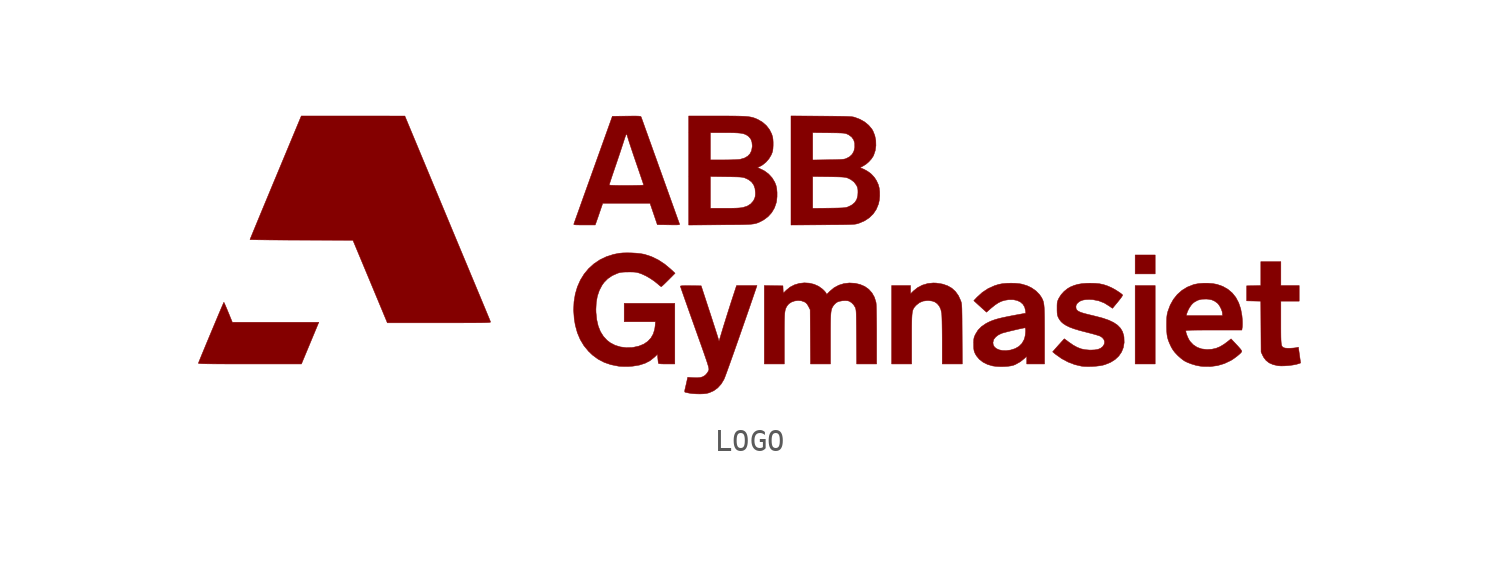
<source format=kicad_sym>
(kicad_symbol_lib
  (version 20210619)
  (generator bitmap2component)
  (symbol "LOGO"
    (pin_names
      (offset 1.016))
    (property "Reference" "#G"
      (at 0 5.615 0)
      (effects (font (size 1.27 1.27)) hide))
    (symbol "LOGO_0_0"
      (polyline (pts (xy -2.057 -6.241) (xy -1.922 -6.225) (xy -1.804 -6.195) (xy -1.601 -6.106) (xy -1.42 -5.974) (xy -1.265 -5.802) (xy -1.139 -5.593) (xy -1.136 -5.586) (xy -1.111 -5.526) (xy -1.071 -5.422) (xy -1.018 -5.279) (xy -0.953 -5.098) (xy -0.875 -4.883) (xy -0.788 -4.638) (xy -0.691 -4.365) (xy -0.587 -4.068) (xy -0.475 -3.75) (xy -0.358 -3.414) (xy -0.236 -3.064) (xy -0.11 -2.703) (xy 0.018 -2.333) (xy 0.147 -1.958) (xy 0.276 -1.581) (xy 0.347 -1.375) (xy -0.573 -1.375) (xy -0.796 -2.056) (xy -0.838 -2.186) (xy -0.911 -2.416) (xy -0.988 -2.658) (xy -1.063 -2.898) (xy -1.132 -3.119) (xy -1.19 -3.308) (xy -1.361 -3.879) (xy -1.419 -3.683) (xy -1.429 -3.652) (xy -1.457 -3.562) (xy -1.498 -3.435) (xy -1.549 -3.275) (xy -1.609 -3.09) (xy -1.675 -2.884) (xy -1.746 -2.665) (xy -1.821 -2.438) (xy -2.164 -1.387) (xy -2.632 -1.381) (xy -2.759 -1.379) (xy -2.912 -1.38) (xy -3.018 -1.384) (xy -3.08 -1.391) (xy -3.1 -1.401) (xy -3.1 -1.403) (xy -3.088 -1.441) (xy -3.061 -1.521) (xy -3.02 -1.64) (xy -2.966 -1.794) (xy -2.901 -1.98) (xy -2.825 -2.194) (xy -2.741 -2.433) (xy -2.649 -2.692) (xy -2.551 -2.968) (xy -2.448 -3.257) (xy -2.365 -3.49) (xy -2.256 -3.797) (xy -2.161 -4.062) (xy -2.081 -4.29) (xy -2.014 -4.482) (xy -1.959 -4.642) (xy -1.914 -4.773) (xy -1.88 -4.879) (xy -1.854 -4.963) (xy -1.836 -5.028) (xy -1.824 -5.077) (xy -1.819 -5.114) (xy -1.817 -5.141) (xy -1.82 -5.163) (xy -1.824 -5.182) (xy -1.838 -5.216) (xy -1.885 -5.297) (xy -1.947 -5.372) (xy -2.004 -5.423) (xy -2.097 -5.477) (xy -2.208 -5.509) (xy -2.347 -5.521) (xy -2.524 -5.516) (xy -2.77 -5.5) (xy -2.812 -5.694) (xy -2.812 -5.695) (xy -2.838 -5.81) (xy -2.865 -5.926) (xy -2.887 -6.019) (xy -2.896 -6.055) (xy -2.906 -6.131) (xy -2.896 -6.165) (xy -2.894 -6.166) (xy -2.856 -6.178) (xy -2.783 -6.195) (xy -2.692 -6.213) (xy -2.571 -6.23) (xy -2.399 -6.243) (xy -2.222 -6.247) (xy -2.057 -6.241)) (stroke (width 0.01)) (fill (type outline)))
      (polyline (pts (xy -5.425 -5.012) (xy -5.232 -4.998) (xy -4.942 -4.95) (xy -4.686 -4.868) (xy -4.463 -4.752) (xy -4.272 -4.6) (xy -4.128 -4.463) (xy -4.112 -4.65) (xy -4.111 -4.662) (xy -4.102 -4.756) (xy -4.093 -4.83) (xy -4.087 -4.869) (xy -4.08 -4.876) (xy -4.045 -4.887) (xy -3.976 -4.895) (xy -3.867 -4.899) (xy -3.713 -4.9) (xy -3.35 -4.9) (xy -3.35 -2.175) (xy -5.625 -2.175) (xy -5.625 -3) (xy -4.218 -3) (xy -4.232 -3.181) (xy -4.253 -3.336) (xy -4.318 -3.55) (xy -4.423 -3.734) (xy -4.567 -3.888) (xy -4.748 -4.009) (xy -4.967 -4.098) (xy -5.221 -4.153) (xy -5.276 -4.16) (xy -5.537 -4.167) (xy -5.791 -4.134) (xy -6.029 -4.063) (xy -6.239 -3.955) (xy -6.392 -3.84) (xy -6.56 -3.659) (xy -6.694 -3.445) (xy -6.794 -3.195) (xy -6.86 -2.908) (xy -6.893 -2.585) (xy -6.897 -2.444) (xy -6.881 -2.132) (xy -6.831 -1.849) (xy -6.744 -1.593) (xy -6.62 -1.357) (xy -6.531 -1.233) (xy -6.364 -1.064) (xy -6.163 -0.928) (xy -5.924 -0.822) (xy -5.849 -0.798) (xy -5.773 -0.782) (xy -5.685 -0.772) (xy -5.574 -0.766) (xy -5.425 -0.765) (xy -5.314 -0.765) (xy -5.202 -0.767) (xy -5.115 -0.774) (xy -5.041 -0.787) (xy -4.965 -0.808) (xy -4.873 -0.84) (xy -4.828 -0.857) (xy -4.646 -0.941) (xy -4.455 -1.052) (xy -4.27 -1.177) (xy -4.109 -1.308) (xy -4.107 -1.31) (xy -4.04 -1.368) (xy -3.987 -1.409) (xy -3.958 -1.425) (xy -3.943 -1.415) (xy -3.896 -1.374) (xy -3.825 -1.308) (xy -3.737 -1.222) (xy -3.637 -1.123) (xy -3.337 -0.821) (xy -3.533 -0.638) (xy -3.802 -0.413) (xy -4.093 -0.222) (xy -4.396 -0.075) (xy -4.703 0.026) (xy -4.726 0.032) (xy -4.887 0.06) (xy -5.079 0.081) (xy -5.287 0.093) (xy -5.496 0.097) (xy -5.689 0.092) (xy -5.853 0.076) (xy -6.099 0.028) (xy -6.423 -0.075) (xy -6.718 -0.217) (xy -6.985 -0.396) (xy -7.222 -0.61) (xy -7.425 -0.855) (xy -7.595 -1.13) (xy -7.729 -1.433) (xy -7.825 -1.759) (xy -7.882 -2.108) (xy -7.899 -2.477) (xy -7.872 -2.862) (xy -7.824 -3.155) (xy -7.731 -3.494) (xy -7.601 -3.801) (xy -7.434 -4.079) (xy -7.227 -4.331) (xy -7.047 -4.502) (xy -6.796 -4.686) (xy -6.522 -4.829) (xy -6.221 -4.932) (xy -5.888 -4.998) (xy -5.825 -5.005) (xy -5.702 -5.011) (xy -5.562 -5.014) (xy -5.425 -5.012)) (stroke (width 0.01)) (fill (type outline)))
      (polyline (pts (xy 11.449 -5.017) (xy 11.62 -5.006) (xy 11.769 -4.985) (xy 11.884 -4.956) (xy 11.967 -4.922) (xy 12.184 -4.801) (xy 12.374 -4.648) (xy 12.475 -4.55) (xy 12.475 -4.9) (xy 13.275 -4.9) (xy 13.275 -3.605) (xy 13.275 -3.319) (xy 13.274 -3.054) (xy 13.273 -2.829) (xy 13.27 -2.642) (xy 13.265 -2.487) (xy 13.259 -2.36) (xy 13.249 -2.256) (xy 13.237 -2.172) (xy 13.222 -2.102) (xy 13.202 -2.042) (xy 13.179 -1.988) (xy 13.151 -1.935) (xy 13.118 -1.879) (xy 13.043 -1.772) (xy 12.89 -1.616) (xy 12.701 -1.484) (xy 12.485 -1.379) (xy 12.25 -1.309) (xy 12.163 -1.294) (xy 11.974 -1.274) (xy 11.769 -1.268) (xy 11.562 -1.274) (xy 11.371 -1.292) (xy 11.213 -1.323) (xy 11.022 -1.383) (xy 10.736 -1.512) (xy 10.477 -1.683) (xy 10.241 -1.898) (xy 10.094 -2.053) (xy 10.278 -2.222) (xy 10.319 -2.259) (xy 10.413 -2.345) (xy 10.5 -2.424) (xy 10.565 -2.482) (xy 10.666 -2.573) (xy 10.832 -2.426) (xy 10.89 -2.376) (xy 11.053 -2.245) (xy 11.201 -2.148) (xy 11.343 -2.08) (xy 11.491 -2.036) (xy 11.653 -2.011) (xy 11.668 -2.009) (xy 11.868 -2.009) (xy 12.044 -2.045) (xy 12.191 -2.114) (xy 12.304 -2.215) (xy 12.382 -2.345) (xy 12.419 -2.502) (xy 12.431 -2.617) (xy 12.121 -2.674) (xy 12.035 -2.689) (xy 11.775 -2.738) (xy 11.556 -2.782) (xy 11.372 -2.821) (xy 11.218 -2.858) (xy 11.087 -2.894) (xy 10.973 -2.932) (xy 10.87 -2.971) (xy 10.772 -3.015) (xy 10.672 -3.066) (xy 10.643 -3.081) (xy 10.443 -3.217) (xy 10.284 -3.379) (xy 10.168 -3.568) (xy 10.157 -3.59) (xy 10.125 -3.664) (xy 10.104 -3.729) (xy 10.093 -3.798) (xy 10.088 -3.888) (xy 10.088 -3.939) (xy 10.954 -3.939) (xy 10.984 -3.817) (xy 11 -3.784) (xy 11.081 -3.684) (xy 11.198 -3.595) (xy 11.342 -3.525) (xy 11.391 -3.509) (xy 11.482 -3.484) (xy 11.6 -3.453) (xy 11.736 -3.419) (xy 11.881 -3.385) (xy 12.024 -3.351) (xy 12.158 -3.321) (xy 12.271 -3.297) (xy 12.355 -3.281) (xy 12.4 -3.275) (xy 12.413 -3.288) (xy 12.422 -3.34) (xy 12.424 -3.42) (xy 12.418 -3.517) (xy 12.406 -3.618) (xy 12.386 -3.712) (xy 12.351 -3.818) (xy 12.258 -3.979) (xy 12.126 -4.109) (xy 11.957 -4.208) (xy 11.755 -4.272) (xy 11.747 -4.274) (xy 11.558 -4.299) (xy 11.386 -4.296) (xy 11.238 -4.266) (xy 11.116 -4.213) (xy 11.025 -4.139) (xy 10.97 -4.047) (xy 10.954 -3.939) (xy 10.088 -3.939) (xy 10.088 -4.013) (xy 10.089 -4.13) (xy 10.094 -4.224) (xy 10.105 -4.296) (xy 10.124 -4.36) (xy 10.154 -4.43) (xy 10.211 -4.531) (xy 10.341 -4.688) (xy 10.509 -4.819) (xy 10.71 -4.92) (xy 10.938 -4.987) (xy 10.953 -4.99) (xy 11.102 -5.009) (xy 11.272 -5.018) (xy 11.449 -5.017)) (stroke (width 0.01)) (fill (type outline)))
      (polyline (pts (xy 15.415 -5.012) (xy 15.601 -4.999) (xy 15.77 -4.979) (xy 15.905 -4.953) (xy 16.004 -4.924) (xy 16.246 -4.826) (xy 16.449 -4.698) (xy 16.613 -4.543) (xy 16.737 -4.363) (xy 16.818 -4.16) (xy 16.855 -3.935) (xy 16.847 -3.692) (xy 16.835 -3.62) (xy 16.78 -3.444) (xy 16.688 -3.29) (xy 16.556 -3.155) (xy 16.382 -3.037) (xy 16.164 -2.933) (xy 15.9 -2.842) (xy 15.87 -2.833) (xy 15.754 -2.802) (xy 15.61 -2.765) (xy 15.454 -2.726) (xy 15.3 -2.689) (xy 15.217 -2.669) (xy 15.044 -2.624) (xy 14.914 -2.583) (xy 14.819 -2.542) (xy 14.753 -2.5) (xy 14.713 -2.452) (xy 14.69 -2.397) (xy 14.686 -2.289) (xy 14.73 -2.192) (xy 14.822 -2.107) (xy 14.895 -2.065) (xy 15 -2.027) (xy 15.127 -2.006) (xy 15.288 -2) (xy 15.446 -2.008) (xy 15.712 -2.06) (xy 15.963 -2.159) (xy 16.195 -2.303) (xy 16.196 -2.304) (xy 16.264 -2.353) (xy 16.313 -2.386) (xy 16.334 -2.396) (xy 16.338 -2.391) (xy 16.367 -2.356) (xy 16.419 -2.292) (xy 16.489 -2.207) (xy 16.572 -2.107) (xy 16.607 -2.063) (xy 16.683 -1.966) (xy 16.742 -1.886) (xy 16.778 -1.828) (xy 16.788 -1.801) (xy 16.786 -1.798) (xy 16.746 -1.759) (xy 16.674 -1.704) (xy 16.579 -1.64) (xy 16.474 -1.574) (xy 16.368 -1.513) (xy 16.273 -1.464) (xy 16.096 -1.387) (xy 15.924 -1.331) (xy 15.748 -1.294) (xy 15.553 -1.275) (xy 15.325 -1.269) (xy 15.173 -1.272) (xy 14.961 -1.288) (xy 14.776 -1.319) (xy 14.606 -1.368) (xy 14.438 -1.438) (xy 14.313 -1.51) (xy 14.156 -1.636) (xy 14.02 -1.786) (xy 13.919 -1.946) (xy 13.899 -1.987) (xy 13.87 -2.053) (xy 13.852 -2.114) (xy 13.842 -2.182) (xy 13.838 -2.273) (xy 13.838 -2.4) (xy 13.838 -2.487) (xy 13.842 -2.597) (xy 13.851 -2.678) (xy 13.867 -2.743) (xy 13.891 -2.804) (xy 13.946 -2.903) (xy 14.024 -3.003) (xy 14.125 -3.092) (xy 14.254 -3.173) (xy 14.413 -3.249) (xy 14.609 -3.321) (xy 14.846 -3.393) (xy 15.128 -3.466) (xy 15.201 -3.485) (xy 15.363 -3.526) (xy 15.51 -3.566) (xy 15.633 -3.602) (xy 15.725 -3.631) (xy 15.776 -3.651) (xy 15.87 -3.712) (xy 15.945 -3.803) (xy 15.976 -3.903) (xy 15.961 -4.008) (xy 15.899 -4.109) (xy 15.882 -4.128) (xy 15.794 -4.196) (xy 15.681 -4.241) (xy 15.536 -4.267) (xy 15.352 -4.275) (xy 15.292 -4.274) (xy 15.095 -4.258) (xy 14.915 -4.219) (xy 14.743 -4.152) (xy 14.564 -4.054) (xy 14.369 -3.919) (xy 14.164 -3.767) (xy 14.018 -3.927) (xy 14.01 -3.936) (xy 13.922 -4.033) (xy 13.831 -4.135) (xy 13.755 -4.221) (xy 13.639 -4.355) (xy 13.726 -4.428) (xy 13.767 -4.462) (xy 14.038 -4.655) (xy 14.33 -4.812) (xy 14.633 -4.928) (xy 14.938 -4.999) (xy 15.062 -5.011) (xy 15.23 -5.016) (xy 15.415 -5.012)) (stroke (width 0.01)) (fill (type outline)))
      (polyline (pts (xy 21.058 -4.972) (xy 21.36 -4.882) (xy 21.65 -4.745) (xy 21.726 -4.699) (xy 21.828 -4.628) (xy 21.93 -4.551) (xy 22.022 -4.475) (xy 22.093 -4.409) (xy 22.132 -4.361) (xy 22.136 -4.354) (xy 22.14 -4.329) (xy 22.131 -4.298) (xy 22.104 -4.255) (xy 22.053 -4.193) (xy 21.977 -4.107) (xy 21.869 -3.991) (xy 21.662 -3.771) (xy 21.503 -3.898) (xy 21.351 -4.011) (xy 21.167 -4.122) (xy 20.988 -4.196) (xy 20.802 -4.237) (xy 20.599 -4.25) (xy 20.558 -4.249) (xy 20.334 -4.222) (xy 20.137 -4.152) (xy 19.965 -4.04) (xy 19.818 -3.885) (xy 19.767 -3.805) (xy 19.715 -3.7) (xy 19.669 -3.588) (xy 19.637 -3.486) (xy 19.625 -3.41) (xy 19.625 -3.408) (xy 19.634 -3.401) (xy 19.659 -3.394) (xy 19.703 -3.389) (xy 19.771 -3.385) (xy 19.867 -3.381) (xy 19.993 -3.379) (xy 20.155 -3.377) (xy 20.355 -3.376) (xy 20.597 -3.375) (xy 20.886 -3.375) (xy 22.147 -3.375) (xy 22.164 -3.258) (xy 22.168 -3.231) (xy 22.172 -3.137) (xy 22.172 -3.021) (xy 22.167 -2.9) (xy 22.152 -2.731) (xy 22.096 -2.423) (xy 22.004 -2.15) (xy 21.878 -1.912) (xy 21.717 -1.71) (xy 21.522 -1.544) (xy 21.294 -1.414) (xy 21.033 -1.322) (xy 21.029 -1.321) (xy 20.844 -1.287) (xy 20.631 -1.27) (xy 20.411 -1.27) (xy 20.2 -1.287) (xy 20.017 -1.321) (xy 19.957 -1.339) (xy 19.691 -1.445) (xy 19.453 -1.592) (xy 19.244 -1.777) (xy 19.068 -1.998) (xy 18.926 -2.253) (xy 18.82 -2.539) (xy 18.805 -2.595) (xy 18.787 -2.676) (xy 18.78 -2.725) (xy 19.649 -2.725) (xy 19.664 -2.656) (xy 19.667 -2.643) (xy 19.71 -2.523) (xy 19.776 -2.393) (xy 19.854 -2.273) (xy 19.933 -2.182) (xy 20.007 -2.121) (xy 20.164 -2.034) (xy 20.343 -1.988) (xy 20.55 -1.981) (xy 20.66 -1.99) (xy 20.803 -2.02) (xy 20.925 -2.076) (xy 21.045 -2.162) (xy 21.094 -2.214) (xy 21.16 -2.311) (xy 21.218 -2.425) (xy 21.259 -2.536) (xy 21.275 -2.629) (xy 21.275 -2.725) (xy 19.649 -2.725) (xy 18.78 -2.725) (xy 18.775 -2.76) (xy 18.768 -2.859) (xy 18.764 -2.986) (xy 18.763 -3.15) (xy 18.763 -3.234) (xy 18.768 -3.419) (xy 18.78 -3.571) (xy 18.802 -3.703) (xy 18.837 -3.826) (xy 18.887 -3.955) (xy 18.954 -4.1) (xy 18.983 -4.158) (xy 19.054 -4.276) (xy 19.137 -4.384) (xy 19.248 -4.502) (xy 19.299 -4.551) (xy 19.4 -4.64) (xy 19.497 -4.716) (xy 19.575 -4.769) (xy 19.695 -4.829) (xy 19.884 -4.902) (xy 20.082 -4.961) (xy 20.267 -4.997) (xy 20.408 -5.011) (xy 20.741 -5.015) (xy 21.058 -4.972)) (stroke (width 0.01)) (fill (type outline)))
      (polyline (pts (xy 24.081 -4.984) (xy 24.262 -4.97) (xy 24.441 -4.947) (xy 24.601 -4.916) (xy 24.726 -4.879) (xy 24.789 -4.855) (xy 24.739 -4.501) (xy 24.689 -4.146) (xy 24.625 -4.161) (xy 24.558 -4.174) (xy 24.446 -4.186) (xy 24.324 -4.193) (xy 24.208 -4.194) (xy 24.111 -4.188) (xy 24.05 -4.175) (xy 24.042 -4.172) (xy 24.007 -4.155) (xy 23.979 -4.136) (xy 23.955 -4.108) (xy 23.937 -4.068) (xy 23.924 -4.01) (xy 23.914 -3.931) (xy 23.907 -3.824) (xy 23.903 -3.687) (xy 23.901 -3.513) (xy 23.9 -3.298) (xy 23.9 -3.039) (xy 23.9 -2.075) (xy 24.725 -2.075) (xy 24.725 -1.375) (xy 23.9 -1.375) (xy 23.9 -0.3) (xy 23 -0.3) (xy 23 -1.373) (xy 22.681 -1.381) (xy 22.363 -1.387) (xy 22.363 -2.062) (xy 22.68 -2.069) (xy 22.998 -2.076) (xy 23.005 -3.219) (xy 23.012 -4.362) (xy 23.085 -4.52) (xy 23.13 -4.606) (xy 23.238 -4.745) (xy 23.375 -4.851) (xy 23.548 -4.927) (xy 23.76 -4.976) (xy 23.775 -4.979) (xy 23.914 -4.988) (xy 24.081 -4.984)) (stroke (width 0.01)) (fill (type outline)))
      (polyline (pts (xy -19.356 -3.025) (xy -23.245 -3.025) (xy -23.429 -2.575) (xy -23.436 -2.559) (xy -23.492 -2.422) (xy -23.543 -2.303) (xy -23.584 -2.209) (xy -23.612 -2.148) (xy -23.625 -2.126) (xy -23.63 -2.135) (xy -23.652 -2.184) (xy -23.69 -2.271) (xy -23.742 -2.391) (xy -23.805 -2.54) (xy -23.878 -2.712) (xy -23.958 -2.903) (xy -24.044 -3.108) (xy -24.134 -3.322) (xy -24.225 -3.539) (xy -24.315 -3.756) (xy -24.403 -3.966) (xy -24.486 -4.167) (xy -24.562 -4.351) (xy -24.63 -4.514) (xy -24.686 -4.653) (xy -24.73 -4.761) (xy -24.759 -4.833) (xy -24.771 -4.866) (xy -24.769 -4.87) (xy -24.753 -4.875) (xy -24.721 -4.88) (xy -24.669 -4.884) (xy -24.595 -4.888) (xy -24.495 -4.891) (xy -24.367 -4.893) (xy -24.209 -4.895) (xy -24.017 -4.897) (xy -23.788 -4.898) (xy -23.521 -4.899) (xy -23.212 -4.899) (xy -22.859 -4.9) (xy -22.458 -4.9) (xy -20.137 -4.9) (xy -19.356 -3.025)) (stroke (width 0.01)) (fill (type outline)))
      (polyline (pts (xy 1.575 -3.754) (xy 1.575 -3.469) (xy 1.576 -3.228) (xy 1.578 -3.028) (xy 1.581 -2.864) (xy 1.586 -2.73) (xy 1.593 -2.623) (xy 1.604 -2.538) (xy 1.617 -2.469) (xy 1.635 -2.413) (xy 1.656 -2.365) (xy 1.682 -2.318) (xy 1.712 -2.271) (xy 1.779 -2.195) (xy 1.897 -2.117) (xy 2.038 -2.067) (xy 2.19 -2.047) (xy 2.34 -2.06) (xy 2.477 -2.108) (xy 2.548 -2.154) (xy 2.606 -2.217) (xy 2.663 -2.313) (xy 2.737 -2.459) (xy 2.745 -3.679) (xy 2.752 -4.9) (xy 3.65 -4.9) (xy 3.65 -3.743) (xy 3.65 -3.456) (xy 3.651 -3.215) (xy 3.653 -3.014) (xy 3.656 -2.849) (xy 3.662 -2.715) (xy 3.67 -2.608) (xy 3.681 -2.522) (xy 3.696 -2.454) (xy 3.714 -2.398) (xy 3.737 -2.35) (xy 3.764 -2.305) (xy 3.797 -2.258) (xy 3.817 -2.233) (xy 3.89 -2.162) (xy 3.966 -2.112) (xy 4.052 -2.082) (xy 4.181 -2.059) (xy 4.316 -2.051) (xy 4.437 -2.061) (xy 4.497 -2.08) (xy 4.598 -2.144) (xy 4.691 -2.238) (xy 4.76 -2.35) (xy 4.768 -2.367) (xy 4.779 -2.395) (xy 4.788 -2.428) (xy 4.795 -2.47) (xy 4.801 -2.525) (xy 4.806 -2.599) (xy 4.809 -2.696) (xy 4.812 -2.82) (xy 4.814 -2.977) (xy 4.816 -3.169) (xy 4.818 -3.402) (xy 4.82 -3.681) (xy 4.827 -4.9) (xy 5.725 -4.9) (xy 5.725 -3.591) (xy 5.725 -3.377) (xy 5.723 -3.1) (xy 5.721 -2.851) (xy 5.718 -2.633) (xy 5.715 -2.45) (xy 5.71 -2.305) (xy 5.705 -2.203) (xy 5.699 -2.147) (xy 5.695 -2.124) (xy 5.625 -1.9) (xy 5.516 -1.705) (xy 5.37 -1.542) (xy 5.191 -1.415) (xy 4.98 -1.325) (xy 4.754 -1.273) (xy 4.5 -1.258) (xy 4.255 -1.287) (xy 4.023 -1.359) (xy 3.81 -1.474) (xy 3.623 -1.63) (xy 3.482 -1.772) (xy 3.448 -1.708) (xy 3.42 -1.668) (xy 3.362 -1.603) (xy 3.293 -1.536) (xy 3.116 -1.408) (xy 2.914 -1.318) (xy 2.697 -1.266) (xy 2.472 -1.253) (xy 2.249 -1.278) (xy 2.034 -1.342) (xy 1.836 -1.444) (xy 1.663 -1.584) (xy 1.527 -1.72) (xy 1.512 -1.387) (xy 1.094 -1.381) (xy 0.675 -1.374) (xy 0.675 -4.9) (xy 1.575 -4.9) (xy 1.575 -3.754)) (stroke (width 0.01)) (fill (type outline)))
      (polyline (pts (xy 7.3 -3.7) (xy 7.3 -3.424) (xy 7.301 -3.192) (xy 7.304 -3) (xy 7.308 -2.842) (xy 7.315 -2.715) (xy 7.325 -2.613) (xy 7.339 -2.532) (xy 7.357 -2.468) (xy 7.38 -2.415) (xy 7.408 -2.37) (xy 7.442 -2.327) (xy 7.483 -2.281) (xy 7.509 -2.254) (xy 7.654 -2.14) (xy 7.817 -2.073) (xy 8 -2.05) (xy 8.081 -2.052) (xy 8.226 -2.071) (xy 8.341 -2.112) (xy 8.44 -2.18) (xy 8.455 -2.194) (xy 8.547 -2.305) (xy 8.611 -2.443) (xy 8.649 -2.618) (xy 8.652 -2.638) (xy 8.657 -2.718) (xy 8.662 -2.84) (xy 8.666 -2.997) (xy 8.669 -3.181) (xy 8.672 -3.389) (xy 8.674 -3.611) (xy 8.675 -3.844) (xy 8.675 -4.9) (xy 9.578 -4.9) (xy 9.57 -3.556) (xy 9.569 -3.385) (xy 9.567 -3.118) (xy 9.566 -2.894) (xy 9.564 -2.708) (xy 9.561 -2.557) (xy 9.559 -2.436) (xy 9.555 -2.34) (xy 9.55 -2.265) (xy 9.544 -2.207) (xy 9.537 -2.161) (xy 9.528 -2.123) (xy 9.517 -2.088) (xy 9.505 -2.053) (xy 9.504 -2.052) (xy 9.402 -1.827) (xy 9.269 -1.642) (xy 9.105 -1.493) (xy 8.908 -1.382) (xy 8.677 -1.305) (xy 8.41 -1.263) (xy 8.272 -1.258) (xy 8.024 -1.284) (xy 7.789 -1.353) (xy 7.574 -1.463) (xy 7.387 -1.612) (xy 7.25 -1.746) (xy 7.25 -1.375) (xy 6.4 -1.375) (xy 6.4 -4.9) (xy 7.3 -4.9) (xy 7.3 -3.7)) (stroke (width 0.01)) (fill (type outline)))
      (polyline (pts (xy 18.25 -1.375) (xy 17.35 -1.375) (xy 17.35 -4.9) (xy 18.25 -4.9) (xy 18.25 -1.375)) (stroke (width 0.01)) (fill (type outline)))
      (polyline (pts (xy -13.748 -3.05) (xy -13.379 -3.05) (xy -13.055 -3.05) (xy -12.773 -3.049) (xy -12.531 -3.049) (xy -12.326 -3.048) (xy -12.154 -3.047) (xy -12.014 -3.045) (xy -11.9 -3.043) (xy -11.812 -3.04) (xy -11.745 -3.037) (xy -11.698 -3.033) (xy -11.666 -3.029) (xy -11.647 -3.023) (xy -11.638 -3.017) (xy -11.635 -3.009) (xy -11.637 -3.001) (xy -11.643 -2.987) (xy -11.666 -2.929) (xy -11.706 -2.831) (xy -11.762 -2.696) (xy -11.832 -2.527) (xy -11.914 -2.329) (xy -12.008 -2.104) (xy -12.111 -1.855) (xy -12.223 -1.588) (xy -12.341 -1.304) (xy -12.465 -1.007) (xy -12.514 -0.89) (xy -12.647 -0.57) (xy -12.796 -0.213) (xy -12.958 0.175) (xy -13.13 0.587) (xy -13.309 1.016) (xy -13.492 1.456) (xy -13.677 1.901) (xy -13.861 2.343) (xy -14.042 2.777) (xy -14.217 3.196) (xy -14.382 3.593) (xy -15.488 6.249) (xy -20.144 6.25) (xy -21.297 3.481) (xy -21.404 3.226) (xy -21.547 2.881) (xy -21.684 2.551) (xy -21.814 2.239) (xy -21.935 1.947) (xy -22.046 1.679) (xy -22.146 1.437) (xy -22.234 1.224) (xy -22.309 1.042) (xy -22.369 0.896) (xy -22.413 0.787) (xy -22.441 0.719) (xy -22.45 0.694) (xy -22.45 0.693) (xy -22.416 0.691) (xy -22.338 0.688) (xy -22.216 0.685) (xy -22.056 0.682) (xy -21.86 0.68) (xy -21.633 0.677) (xy -21.376 0.675) (xy -21.095 0.673) (xy -20.792 0.671) (xy -20.471 0.67) (xy -20.136 0.669) (xy -17.822 0.662) (xy -17.071 -1.137) (xy -17.044 -1.203) (xy -16.926 -1.486) (xy -16.814 -1.755) (xy -16.708 -2.008) (xy -16.612 -2.24) (xy -16.525 -2.447) (xy -16.451 -2.627) (xy -16.389 -2.775) (xy -16.342 -2.888) (xy -16.311 -2.962) (xy -16.298 -2.994) (xy -16.276 -3.05) (xy -13.949 -3.05) (xy -13.748 -3.05)) (stroke (width 0.01)) (fill (type outline)))
      (polyline (pts (xy 18.25 0) (xy 17.35 0) (xy 17.35 -0.85) (xy 18.25 -0.85) (xy 18.25 0)) (stroke (width 0.01)) (fill (type outline)))
      (polyline (pts (xy -6.881 1.481) (xy -6.874 1.5) (xy -6.845 1.584) (xy -6.804 1.698) (xy -6.759 1.831) (xy -6.712 1.969) (xy -6.59 2.325) (xy -5.527 2.325) (xy -4.463 2.325) (xy -4.299 1.844) (xy -4.135 1.363) (xy -3.627 1.356) (xy -3.565 1.355) (xy -3.409 1.353) (xy -3.295 1.353) (xy -3.216 1.355) (xy -3.167 1.36) (xy -3.142 1.367) (xy -3.134 1.378) (xy -3.137 1.393) (xy -3.142 1.406) (xy -3.162 1.463) (xy -3.198 1.561) (xy -3.247 1.698) (xy -3.309 1.871) (xy -3.382 2.076) (xy -3.466 2.31) (xy -3.559 2.569) (xy -3.66 2.851) (xy -3.768 3.152) (xy -3.882 3.47) (xy -4 3.8) (xy -4.074 4.005) (xy -4.189 4.328) (xy -4.3 4.635) (xy -4.403 4.925) (xy -4.5 5.194) (xy -4.587 5.438) (xy -4.665 5.654) (xy -4.731 5.839) (xy -4.785 5.991) (xy -4.826 6.104) (xy -4.853 6.177) (xy -4.864 6.207) (xy -4.864 6.208) (xy -4.873 6.221) (xy -4.891 6.231) (xy -4.924 6.238) (xy -4.978 6.243) (xy -5.059 6.246) (xy -5.172 6.247) (xy -5.323 6.246) (xy -5.519 6.244) (xy -6.157 6.237) (xy -7.016 3.837) (xy -7.101 3.6) (xy -7.217 3.276) (xy -7.263 3.148) (xy -6.3 3.148) (xy -6.295 3.166) (xy -6.276 3.227) (xy -6.244 3.325) (xy -6.201 3.455) (xy -6.149 3.611) (xy -6.089 3.788) (xy -6.024 3.979) (xy -5.991 4.075) (xy -5.919 4.288) (xy -5.848 4.498) (xy -5.782 4.697) (xy -5.723 4.876) (xy -5.674 5.026) (xy -5.638 5.138) (xy -5.619 5.199) (xy -5.582 5.308) (xy -5.55 5.391) (xy -5.527 5.441) (xy -5.516 5.45) (xy -5.504 5.412) (xy -5.481 5.338) (xy -5.45 5.237) (xy -5.414 5.121) (xy -5.397 5.067) (xy -5.358 4.947) (xy -5.307 4.793) (xy -5.247 4.613) (xy -5.18 4.415) (xy -5.109 4.207) (xy -5.037 3.998) (xy -4.979 3.829) (xy -4.917 3.647) (xy -4.862 3.486) (xy -4.816 3.349) (xy -4.78 3.244) (xy -4.758 3.174) (xy -4.75 3.146) (xy -4.755 3.144) (xy -4.801 3.139) (xy -4.887 3.134) (xy -5.009 3.131) (xy -5.16 3.128) (xy -5.334 3.126) (xy -5.525 3.125) (xy -5.58 3.125) (xy -5.779 3.126) (xy -5.954 3.128) (xy -6.098 3.132) (xy -6.207 3.136) (xy -6.276 3.142) (xy -6.3 3.148) (xy -7.263 3.148) (xy -7.328 2.967) (xy -7.432 2.677) (xy -7.528 2.408) (xy -7.615 2.163) (xy -7.692 1.946) (xy -7.759 1.761) (xy -7.813 1.61) (xy -7.853 1.496) (xy -7.879 1.423) (xy -7.889 1.394) (xy -7.89 1.392) (xy -7.891 1.377) (xy -7.879 1.367) (xy -7.849 1.359) (xy -7.794 1.354) (xy -7.707 1.352) (xy -7.584 1.35) (xy -7.416 1.35) (xy -6.929 1.35) (xy -6.881 1.481)) (stroke (width 0.01)) (fill (type outline)))
      (polyline (pts (xy -1.306 1.357) (xy -1.011 1.359) (xy -0.737 1.361) (xy -0.505 1.363) (xy -0.31 1.366) (xy -0.147 1.371) (xy -0.012 1.377) (xy 0.099 1.386) (xy 0.191 1.397) (xy 0.268 1.412) (xy 0.334 1.43) (xy 0.395 1.452) (xy 0.454 1.478) (xy 0.517 1.509) (xy 0.587 1.546) (xy 0.655 1.584) (xy 0.849 1.731) (xy 1.01 1.911) (xy 1.132 2.12) (xy 1.212 2.352) (xy 1.229 2.445) (xy 1.247 2.621) (xy 1.248 2.806) (xy 1.233 2.979) (xy 1.203 3.123) (xy 1.146 3.269) (xy 1.025 3.47) (xy 0.864 3.645) (xy 0.667 3.789) (xy 0.438 3.9) (xy 0.362 3.929) (xy 0.5 3.994) (xy 0.602 4.053) (xy 0.751 4.175) (xy 0.882 4.326) (xy 0.982 4.493) (xy 0.997 4.526) (xy 1.03 4.61) (xy 1.052 4.691) (xy 1.064 4.785) (xy 1.071 4.91) (xy 1.072 4.932) (xy 1.072 5.071) (xy 1.064 5.199) (xy 1.05 5.298) (xy 1.008 5.438) (xy 0.908 5.636) (xy 0.769 5.816) (xy 0.596 5.968) (xy 0.395 6.087) (xy 0.345 6.11) (xy 0.274 6.141) (xy 0.204 6.166) (xy 0.131 6.188) (xy 0.049 6.205) (xy -0.045 6.219) (xy -0.156 6.23) (xy -0.289 6.238) (xy -0.449 6.243) (xy -0.64 6.247) (xy -0.868 6.249) (xy -1.136 6.25) (xy -1.449 6.25) (xy -2.725 6.25) (xy -2.725 5.5) (xy -1.75 5.5) (xy -1.116 5.5) (xy -1.083 5.5) (xy -0.855 5.499) (xy -0.669 5.495) (xy -0.52 5.488) (xy -0.401 5.478) (xy -0.306 5.462) (xy -0.228 5.441) (xy -0.162 5.414) (xy -0.1 5.38) (xy -0.023 5.324) (xy 0.066 5.216) (xy 0.117 5.082) (xy 0.134 4.915) (xy 0.133 4.872) (xy 0.104 4.698) (xy 0.035 4.554) (xy -0.074 4.44) (xy -0.223 4.356) (xy -0.411 4.302) (xy -0.44 4.298) (xy -0.53 4.291) (xy -0.656 4.284) (xy -0.808 4.279) (xy -0.977 4.276) (xy -1.155 4.275) (xy -1.75 4.275) (xy -1.75 5.5) (xy -2.725 5.5) (xy -2.725 3.53) (xy -1.75 3.53) (xy -1.031 3.52) (xy -0.881 3.518) (xy -0.701 3.514) (xy -0.561 3.511) (xy -0.453 3.507) (xy -0.37 3.501) (xy -0.307 3.493) (xy -0.256 3.482) (xy -0.212 3.469) (xy -0.167 3.452) (xy -0.04 3.392) (xy 0.1 3.286) (xy 0.198 3.152) (xy 0.256 2.99) (xy 0.275 2.797) (xy 0.274 2.724) (xy 0.265 2.632) (xy 0.244 2.556) (xy 0.206 2.474) (xy 0.176 2.422) (xy 0.064 2.296) (xy -0.085 2.202) (xy -0.274 2.14) (xy -0.285 2.137) (xy -0.358 2.124) (xy -0.447 2.115) (xy -0.558 2.108) (xy -0.7 2.103) (xy -0.878 2.101) (xy -1.099 2.1) (xy -1.75 2.1) (xy -1.75 3.53) (xy -2.725 3.53) (xy -2.725 1.347) (xy -1.306 1.357)) (stroke (width 0.01)) (fill (type outline)))
      (polyline (pts (xy 3.294 1.356) (xy 3.412 1.357) (xy 3.702 1.359) (xy 3.947 1.361) (xy 4.153 1.363) (xy 4.323 1.366) (xy 4.461 1.369) (xy 4.572 1.373) (xy 4.66 1.378) (xy 4.729 1.383) (xy 4.782 1.39) (xy 4.826 1.398) (xy 4.862 1.408) (xy 4.937 1.431) (xy 5.185 1.537) (xy 5.397 1.677) (xy 5.572 1.849) (xy 5.709 2.053) (xy 5.806 2.287) (xy 5.81 2.298) (xy 5.846 2.466) (xy 5.862 2.653) (xy 5.861 2.842) (xy 5.84 3.017) (xy 5.801 3.163) (xy 5.795 3.176) (xy 5.715 3.349) (xy 5.62 3.493) (xy 5.496 3.628) (xy 5.422 3.691) (xy 5.294 3.778) (xy 5.152 3.855) (xy 5.016 3.91) (xy 5.004 3.916) (xy 5.004 3.933) (xy 5.04 3.959) (xy 5.118 4.001) (xy 5.245 4.08) (xy 5.375 4.192) (xy 5.489 4.319) (xy 5.572 4.445) (xy 5.59 4.481) (xy 5.661 4.691) (xy 5.693 4.918) (xy 5.687 5.151) (xy 5.641 5.376) (xy 5.558 5.582) (xy 5.51 5.662) (xy 5.368 5.832) (xy 5.189 5.98) (xy 4.976 6.101) (xy 4.737 6.192) (xy 4.731 6.193) (xy 4.694 6.203) (xy 4.649 6.211) (xy 4.593 6.218) (xy 4.522 6.223) (xy 4.432 6.228) (xy 4.317 6.232) (xy 4.174 6.235) (xy 3.998 6.238) (xy 3.785 6.24) (xy 3.531 6.242) (xy 3.231 6.244) (xy 1.875 6.252) (xy 1.875 4.271) (xy 2.85 4.271) (xy 2.85 5.503) (xy 3.569 5.495) (xy 3.766 5.493) (xy 3.934 5.491) (xy 4.065 5.487) (xy 4.164 5.483) (xy 4.239 5.478) (xy 4.295 5.47) (xy 4.34 5.459) (xy 4.379 5.445) (xy 4.419 5.428) (xy 4.475 5.4) (xy 4.605 5.302) (xy 4.693 5.178) (xy 4.739 5.027) (xy 4.743 4.848) (xy 4.742 4.837) (xy 4.703 4.667) (xy 4.626 4.527) (xy 4.508 4.416) (xy 4.348 4.333) (xy 4.337 4.329) (xy 4.293 4.317) (xy 4.236 4.307) (xy 4.16 4.299) (xy 4.059 4.293) (xy 3.927 4.288) (xy 3.757 4.284) (xy 3.544 4.281) (xy 2.85 4.271) (xy 1.875 4.271) (xy 1.875 2.096) (xy 2.85 2.096) (xy 2.85 3.529) (xy 3.569 3.52) (xy 3.735 3.517) (xy 3.917 3.514) (xy 4.06 3.51) (xy 4.17 3.505) (xy 4.255 3.498) (xy 4.319 3.489) (xy 4.369 3.478) (xy 4.412 3.465) (xy 4.565 3.393) (xy 4.71 3.281) (xy 4.815 3.142) (xy 4.85 3.072) (xy 4.873 3.003) (xy 4.884 2.923) (xy 4.886 2.812) (xy 4.877 2.665) (xy 4.832 2.5) (xy 4.749 2.366) (xy 4.625 2.258) (xy 4.458 2.172) (xy 4.421 2.158) (xy 4.378 2.144) (xy 4.33 2.134) (xy 4.271 2.125) (xy 4.194 2.119) (xy 4.093 2.115) (xy 3.962 2.111) (xy 3.793 2.108) (xy 3.581 2.105) (xy 2.85 2.096) (xy 1.875 2.096) (xy 1.875 1.348) (xy 3.294 1.356)) (stroke (width 0.01)) (fill (type outline))))))
</source>
